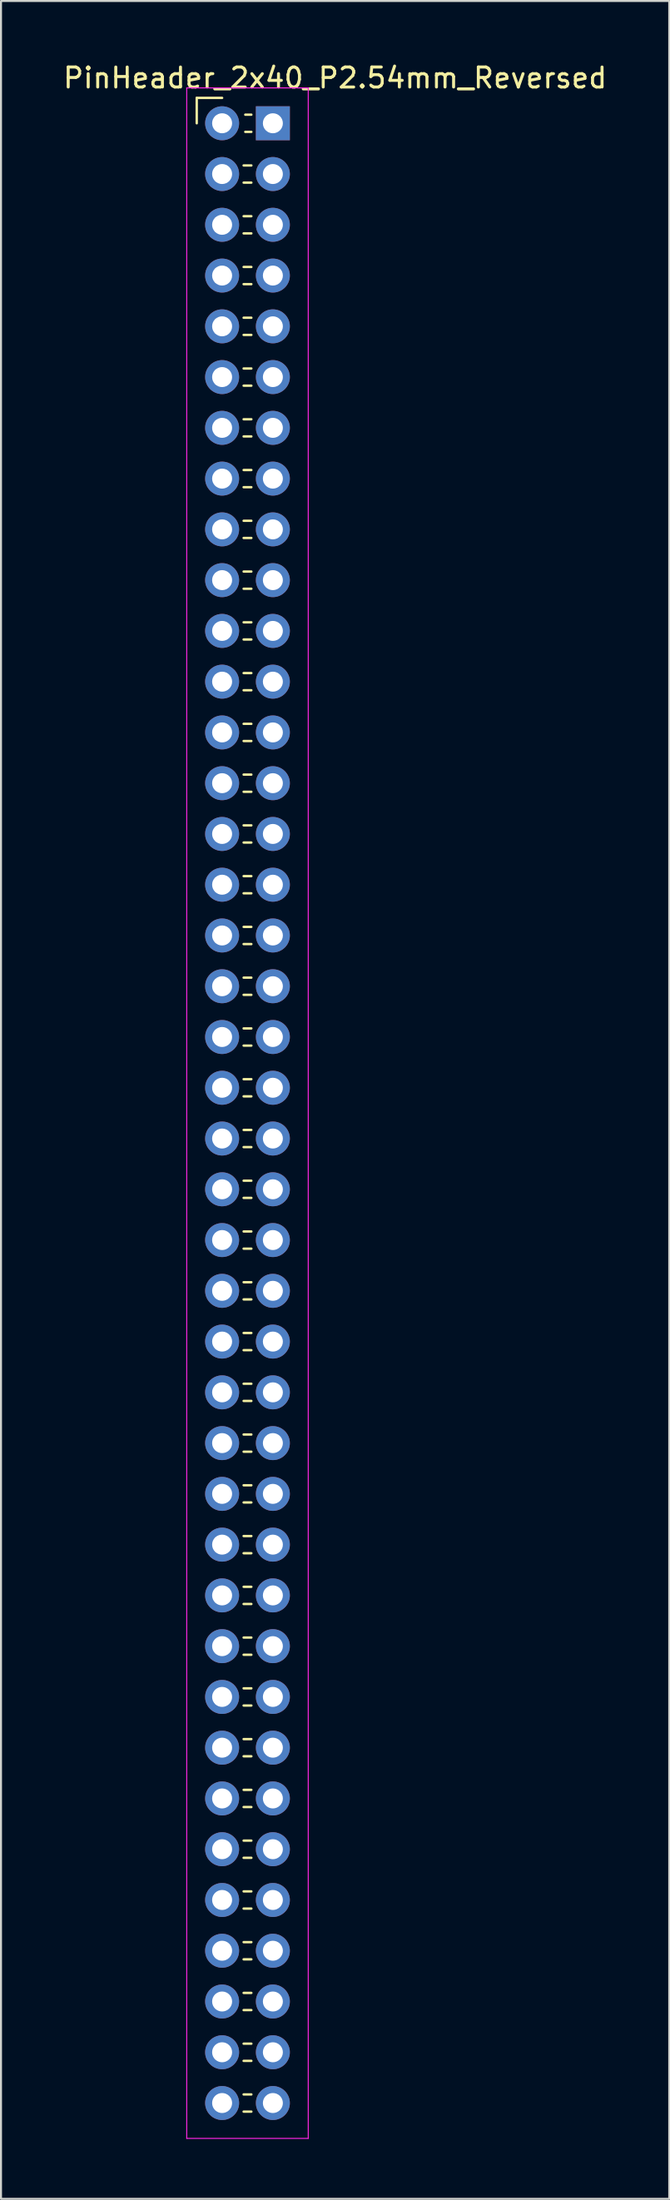
<source format=kicad_pcb>
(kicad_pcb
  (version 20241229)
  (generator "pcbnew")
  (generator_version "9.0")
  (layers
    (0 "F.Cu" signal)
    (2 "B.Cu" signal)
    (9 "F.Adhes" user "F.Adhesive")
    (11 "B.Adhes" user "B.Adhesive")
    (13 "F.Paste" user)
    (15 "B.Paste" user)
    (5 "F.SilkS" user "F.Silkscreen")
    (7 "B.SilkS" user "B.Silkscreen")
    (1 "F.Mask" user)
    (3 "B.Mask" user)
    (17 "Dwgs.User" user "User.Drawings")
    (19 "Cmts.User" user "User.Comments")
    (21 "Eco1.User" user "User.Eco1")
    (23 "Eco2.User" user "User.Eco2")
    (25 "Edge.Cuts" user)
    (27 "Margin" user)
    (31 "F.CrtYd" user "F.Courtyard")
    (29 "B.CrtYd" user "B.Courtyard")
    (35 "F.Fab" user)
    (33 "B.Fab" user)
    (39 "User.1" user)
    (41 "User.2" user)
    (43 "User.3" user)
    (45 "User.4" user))
  (footprint "PinHeader_2x40_P2.54mm_Reversed"
    (layer "F.Cu")
    (at 8.065 3.118)
    (property "Reference" "PinHeader_2x40_P2.54mm_Reversed" (at 5.655 -2.27 0) (layer "F.SilkS") (effects (font (size 1 1) (thickness 0.15))))
    (attr through_hole)
    (fp_line (start -1.27 -1.27) (end 0 -1.27) (stroke (width 0.12) (type solid)) (layer "F.SilkS"))
    (fp_line (start -1.27 0) (end -1.27 -1.27) (stroke (width 0.12) (type solid)) (layer "F.SilkS"))
    (fp_line (start 1.077 2.11) (end 1.463 2.11) (stroke (width 0.12) (type solid)) (layer "F.SilkS"))
    (fp_line (start 1.077 2.97) (end 1.463 2.97) (stroke (width 0.12) (type solid)) (layer "F.SilkS"))
    (fp_line (start 1.077 4.65) (end 1.463 4.65) (stroke (width 0.12) (type solid)) (layer "F.SilkS"))
    (fp_line (start 1.077 5.51) (end 1.463 5.51) (stroke (width 0.12) (type solid)) (layer "F.SilkS"))
    (fp_line (start 1.077 7.19) (end 1.463 7.19) (stroke (width 0.12) (type solid)) (layer "F.SilkS"))
    (fp_line (start 1.077 8.05) (end 1.463 8.05) (stroke (width 0.12) (type solid)) (layer "F.SilkS"))
    (fp_line (start 1.077 9.73) (end 1.463 9.73) (stroke (width 0.12) (type solid)) (layer "F.SilkS"))
    (fp_line (start 1.077 10.59) (end 1.463 10.59) (stroke (width 0.12) (type solid)) (layer "F.SilkS"))
    (fp_line (start 1.077 12.27) (end 1.463 12.27) (stroke (width 0.12) (type solid)) (layer "F.SilkS"))
    (fp_line (start 1.077 13.13) (end 1.463 13.13) (stroke (width 0.12) (type solid)) (layer "F.SilkS"))
    (fp_line (start 1.077 14.81) (end 1.463 14.81) (stroke (width 0.12) (type solid)) (layer "F.SilkS"))
    (fp_line (start 1.077 15.67) (end 1.463 15.67) (stroke (width 0.12) (type solid)) (layer "F.SilkS"))
    (fp_line (start 1.077 17.35) (end 1.463 17.35) (stroke (width 0.12) (type solid)) (layer "F.SilkS"))
    (fp_line (start 1.077 18.21) (end 1.463 18.21) (stroke (width 0.12) (type solid)) (layer "F.SilkS"))
    (fp_line (start 1.077 19.89) (end 1.463 19.89) (stroke (width 0.12) (type solid)) (layer "F.SilkS"))
    (fp_line (start 1.077 20.75) (end 1.463 20.75) (stroke (width 0.12) (type solid)) (layer "F.SilkS"))
    (fp_line (start 1.077 22.43) (end 1.463 22.43) (stroke (width 0.12) (type solid)) (layer "F.SilkS"))
    (fp_line (start 1.077 23.29) (end 1.463 23.29) (stroke (width 0.12) (type solid)) (layer "F.SilkS"))
    (fp_line (start 1.077 24.97) (end 1.463 24.97) (stroke (width 0.12) (type solid)) (layer "F.SilkS"))
    (fp_line (start 1.077 25.83) (end 1.463 25.83) (stroke (width 0.12) (type solid)) (layer "F.SilkS"))
    (fp_line (start 1.077 27.51) (end 1.463 27.51) (stroke (width 0.12) (type solid)) (layer "F.SilkS"))
    (fp_line (start 1.077 28.37) (end 1.463 28.37) (stroke (width 0.12) (type solid)) (layer "F.SilkS"))
    (fp_line (start 1.077 30.05) (end 1.463 30.05) (stroke (width 0.12) (type solid)) (layer "F.SilkS"))
    (fp_line (start 1.077 30.91) (end 1.463 30.91) (stroke (width 0.12) (type solid)) (layer "F.SilkS"))
    (fp_line (start 1.077 32.59) (end 1.463 32.59) (stroke (width 0.12) (type solid)) (layer "F.SilkS"))
    (fp_line (start 1.077 33.45) (end 1.463 33.45) (stroke (width 0.12) (type solid)) (layer "F.SilkS"))
    (fp_line (start 1.077 35.13) (end 1.463 35.13) (stroke (width 0.12) (type solid)) (layer "F.SilkS"))
    (fp_line (start 1.077 35.99) (end 1.463 35.99) (stroke (width 0.12) (type solid)) (layer "F.SilkS"))
    (fp_line (start 1.077 37.67) (end 1.463 37.67) (stroke (width 0.12) (type solid)) (layer "F.SilkS"))
    (fp_line (start 1.077 38.53) (end 1.463 38.53) (stroke (width 0.12) (type solid)) (layer "F.SilkS"))
    (fp_line (start 1.077 40.21) (end 1.463 40.21) (stroke (width 0.12) (type solid)) (layer "F.SilkS"))
    (fp_line (start 1.077 41.07) (end 1.463 41.07) (stroke (width 0.12) (type solid)) (layer "F.SilkS"))
    (fp_line (start 1.077 42.75) (end 1.463 42.75) (stroke (width 0.12) (type solid)) (layer "F.SilkS"))
    (fp_line (start 1.077 43.61) (end 1.463 43.61) (stroke (width 0.12) (type solid)) (layer "F.SilkS"))
    (fp_line (start 1.077 45.29) (end 1.463 45.29) (stroke (width 0.12) (type solid)) (layer "F.SilkS"))
    (fp_line (start 1.077 46.15) (end 1.463 46.15) (stroke (width 0.12) (type solid)) (layer "F.SilkS"))
    (fp_line (start 1.077 47.83) (end 1.463 47.83) (stroke (width 0.12) (type solid)) (layer "F.SilkS"))
    (fp_line (start 1.077 48.69) (end 1.463 48.69) (stroke (width 0.12) (type solid)) (layer "F.SilkS"))
    (fp_line (start 1.077 50.37) (end 1.463 50.37) (stroke (width 0.12) (type solid)) (layer "F.SilkS"))
    (fp_line (start 1.077 51.23) (end 1.463 51.23) (stroke (width 0.12) (type solid)) (layer "F.SilkS"))
    (fp_line (start 1.077 52.91) (end 1.463 52.91) (stroke (width 0.12) (type solid)) (layer "F.SilkS"))
    (fp_line (start 1.077 53.77) (end 1.463 53.77) (stroke (width 0.12) (type solid)) (layer "F.SilkS"))
    (fp_line (start 1.077 55.45) (end 1.463 55.45) (stroke (width 0.12) (type solid)) (layer "F.SilkS"))
    (fp_line (start 1.077 56.31) (end 1.463 56.31) (stroke (width 0.12) (type solid)) (layer "F.SilkS"))
    (fp_line (start 1.077 57.99) (end 1.463 57.99) (stroke (width 0.12) (type solid)) (layer "F.SilkS"))
    (fp_line (start 1.077 58.85) (end 1.463 58.85) (stroke (width 0.12) (type solid)) (layer "F.SilkS"))
    (fp_line (start 1.077 60.53) (end 1.463 60.53) (stroke (width 0.12) (type solid)) (layer "F.SilkS"))
    (fp_line (start 1.077 61.39) (end 1.463 61.39) (stroke (width 0.12) (type solid)) (layer "F.SilkS"))
    (fp_line (start 1.077 63.07) (end 1.463 63.07) (stroke (width 0.12) (type solid)) (layer "F.SilkS"))
    (fp_line (start 1.077 63.93) (end 1.463 63.93) (stroke (width 0.12) (type solid)) (layer "F.SilkS"))
    (fp_line (start 1.077 65.61) (end 1.463 65.61) (stroke (width 0.12) (type solid)) (layer "F.SilkS"))
    (fp_line (start 1.077 66.47) (end 1.463 66.47) (stroke (width 0.12) (type solid)) (layer "F.SilkS"))
    (fp_line (start 1.077 68.15) (end 1.463 68.15) (stroke (width 0.12) (type solid)) (layer "F.SilkS"))
    (fp_line (start 1.077 69.01) (end 1.463 69.01) (stroke (width 0.12) (type solid)) (layer "F.SilkS"))
    (fp_line (start 1.077 70.69) (end 1.463 70.69) (stroke (width 0.12) (type solid)) (layer "F.SilkS"))
    (fp_line (start 1.077 71.55) (end 1.463 71.55) (stroke (width 0.12) (type solid)) (layer "F.SilkS"))
    (fp_line (start 1.077 73.23) (end 1.463 73.23) (stroke (width 0.12) (type solid)) (layer "F.SilkS"))
    (fp_line (start 1.077 74.09) (end 1.463 74.09) (stroke (width 0.12) (type solid)) (layer "F.SilkS"))
    (fp_line (start 1.077 75.77) (end 1.463 75.77) (stroke (width 0.12) (type solid)) (layer "F.SilkS"))
    (fp_line (start 1.077 76.63) (end 1.463 76.63) (stroke (width 0.12) (type solid)) (layer "F.SilkS"))
    (fp_line (start 1.077 78.31) (end 1.463 78.31) (stroke (width 0.12) (type solid)) (layer "F.SilkS"))
    (fp_line (start 1.077 79.17) (end 1.463 79.17) (stroke (width 0.12) (type solid)) (layer "F.SilkS"))
    (fp_line (start 1.077 80.85) (end 1.463 80.85) (stroke (width 0.12) (type solid)) (layer "F.SilkS"))
    (fp_line (start 1.077 81.71) (end 1.463 81.71) (stroke (width 0.12) (type solid)) (layer "F.SilkS"))
    (fp_line (start 1.077 83.39) (end 1.463 83.39) (stroke (width 0.12) (type solid)) (layer "F.SilkS"))
    (fp_line (start 1.077 84.25) (end 1.463 84.25) (stroke (width 0.12) (type solid)) (layer "F.SilkS"))
    (fp_line (start 1.077 85.93) (end 1.463 85.93) (stroke (width 0.12) (type solid)) (layer "F.SilkS"))
    (fp_line (start 1.077 86.79) (end 1.463 86.79) (stroke (width 0.12) (type solid)) (layer "F.SilkS"))
    (fp_line (start 1.077 88.47) (end 1.463 88.47) (stroke (width 0.12) (type solid)) (layer "F.SilkS"))
    (fp_line (start 1.077 89.33) (end 1.463 89.33) (stroke (width 0.12) (type solid)) (layer "F.SilkS"))
    (fp_line (start 1.077 91.01) (end 1.463 91.01) (stroke (width 0.12) (type solid)) (layer "F.SilkS"))
    (fp_line (start 1.077 91.87) (end 1.463 91.87) (stroke (width 0.12) (type solid)) (layer "F.SilkS"))
    (fp_line (start 1.077 93.55) (end 1.463 93.55) (stroke (width 0.12) (type solid)) (layer "F.SilkS"))
    (fp_line (start 1.077 94.41) (end 1.463 94.41) (stroke (width 0.12) (type solid)) (layer "F.SilkS"))
    (fp_line (start 1.077 96.09) (end 1.463 96.09) (stroke (width 0.12) (type solid)) (layer "F.SilkS"))
    (fp_line (start 1.077 96.95) (end 1.463 96.95) (stroke (width 0.12) (type solid)) (layer "F.SilkS"))
    (fp_line (start 1.077 98.63) (end 1.463 98.63) (stroke (width 0.12) (type solid)) (layer "F.SilkS"))
    (fp_line (start 1.077 99.49) (end 1.463 99.49) (stroke (width 0.12) (type solid)) (layer "F.SilkS"))
    (fp_line (start 1.16 -0.43) (end 1.463 -0.43) (stroke (width 0.12) (type solid)) (layer "F.SilkS"))
    (fp_line (start 1.16 0.43) (end 1.463 0.43) (stroke (width 0.12) (type solid)) (layer "F.SilkS"))
    (fp_line (start -1.77 -1.77) (end -1.77 100.83) (stroke (width 0.05) (type solid)) (layer "F.CrtYd"))
    (fp_line (start -1.77 100.83) (end 4.31 100.83) (stroke (width 0.05) (type solid)) (layer "F.CrtYd"))
    (fp_line (start 4.31 -1.77) (end -1.77 -1.77) (stroke (width 0.05) (type solid)) (layer "F.CrtYd"))
    (fp_line (start 4.31 100.83) (end 4.31 -1.77) (stroke (width 0.05) (type solid)) (layer "F.CrtYd"))
    (fp_line (start -0.32 -0.32) (end -0.32 0.32) (stroke (width 0.1) (type solid)) (layer "F.Fab"))
    (fp_line (start -0.32 2.22) (end -0.32 2.86) (stroke (width 0.1) (type solid)) (layer "F.Fab"))
    (fp_line (start -0.32 4.76) (end -0.32 5.4) (stroke (width 0.1) (type solid)) (layer "F.Fab"))
    (fp_line (start -0.32 7.3) (end -0.32 7.94) (stroke (width 0.1) (type solid)) (layer "F.Fab"))
    (fp_line (start -0.32 9.84) (end -0.32 10.48) (stroke (width 0.1) (type solid)) (layer "F.Fab"))
    (fp_line (start -0.32 12.38) (end -0.32 13.02) (stroke (width 0.1) (type solid)) (layer "F.Fab"))
    (fp_line (start -0.32 14.92) (end -0.32 15.56) (stroke (width 0.1) (type solid)) (layer "F.Fab"))
    (fp_line (start -0.32 20) (end -0.32 20.64) (stroke (width 0.1) (type solid)) (layer "F.Fab"))
    (fp_line (start -0.32 22.54) (end -0.32 23.18) (stroke (width 0.1) (type solid)) (layer "F.Fab"))
    (fp_line (start -0.32 25.08) (end -0.32 25.72) (stroke (width 0.1) (type solid)) (layer "F.Fab"))
    (fp_line (start -0.32 27.62) (end -0.32 28.26) (stroke (width 0.1) (type solid)) (layer "F.Fab"))
    (fp_line (start -0.32 30.16) (end -0.32 30.8) (stroke (width 0.1) (type solid)) (layer "F.Fab"))
    (fp_line (start -0.32 32.7) (end -0.32 33.34) (stroke (width 0.1) (type solid)) (layer "F.Fab"))
    (fp_line (start -0.32 35.24) (end -0.32 35.88) (stroke (width 0.1) (type solid)) (layer "F.Fab"))
    (fp_line (start -0.32 37.78) (end -0.32 38.42) (stroke (width 0.1) (type solid)) (layer "F.Fab"))
    (fp_line (start -0.32 40.32) (end -0.32 40.96) (stroke (width 0.1) (type solid)) (layer "F.Fab"))
    (fp_line (start -0.32 42.86) (end -0.32 43.5) (stroke (width 0.1) (type solid)) (layer "F.Fab"))
    (fp_line (start -0.32 45.4) (end -0.32 46.04) (stroke (width 0.1) (type solid)) (layer "F.Fab"))
    (fp_line (start -0.32 47.94) (end -0.32 48.58) (stroke (width 0.1) (type solid)) (layer "F.Fab"))
    (fp_line (start -0.32 50.48) (end -0.32 51.12) (stroke (width 0.1) (type solid)) (layer "F.Fab"))
    (fp_line (start -0.32 53.02) (end -0.32 53.66) (stroke (width 0.1) (type solid)) (layer "F.Fab"))
    (fp_line (start -0.32 55.56) (end -0.32 56.2) (stroke (width 0.1) (type solid)) (layer "F.Fab"))
    (fp_line (start -0.32 58.1) (end -0.32 58.74) (stroke (width 0.1) (type solid)) (layer "F.Fab"))
    (fp_line (start -0.32 60.64) (end -0.32 61.28) (stroke (width 0.1) (type solid)) (layer "F.Fab"))
    (fp_line (start -0.32 63.18) (end -0.32 63.82) (stroke (width 0.1) (type solid)) (layer "F.Fab"))
    (fp_line (start -0.32 65.72) (end -0.32 66.36) (stroke (width 0.1) (type solid)) (layer "F.Fab"))
    (fp_line (start -0.32 68.26) (end -0.32 68.9) (stroke (width 0.1) (type solid)) (layer "F.Fab"))
    (fp_line (start -0.32 70.8) (end -0.32 71.44) (stroke (width 0.1) (type solid)) (layer "F.Fab"))
    (fp_line (start -0.32 73.34) (end -0.32 73.98) (stroke (width 0.1) (type solid)) (layer "F.Fab"))
    (fp_line (start -0.32 75.88) (end -0.32 76.52) (stroke (width 0.1) (type solid)) (layer "F.Fab"))
    (fp_line (start -0.32 78.42) (end -0.32 79.06) (stroke (width 0.1) (type solid)) (layer "F.Fab"))
    (fp_line (start -0.32 80.96) (end -0.32 81.6) (stroke (width 0.1) (type solid)) (layer "F.Fab"))
    (fp_line (start -0.32 83.5) (end -0.32 84.14) (stroke (width 0.1) (type solid)) (layer "F.Fab"))
    (fp_line (start -0.32 86.04) (end -0.32 86.68) (stroke (width 0.1) (type solid)) (layer "F.Fab"))
    (fp_line (start -0.32 88.58) (end -0.32 89.22) (stroke (width 0.1) (type solid)) (layer "F.Fab"))
    (fp_line (start -0.32 91.12) (end -0.32 91.76) (stroke (width 0.1) (type solid)) (layer "F.Fab"))
    (fp_line (start -0.32 93.66) (end -0.32 94.3) (stroke (width 0.1) (type solid)) (layer "F.Fab"))
    (fp_line (start -0.32 96.2) (end -0.32 96.84) (stroke (width 0.1) (type solid)) (layer "F.Fab"))
    (fp_line (start -0.32 98.74) (end -0.32 99.38) (stroke (width 0.1) (type solid)) (layer "F.Fab"))
    (fp_line (start 2.86 18.1) (end 2.86 17.46) (stroke (width 0.1) (type solid)) (layer "F.Fab"))
    (pad "1" thru_hole rect (at 2.54 0 180) (size 1.7 1.7) (drill 1) (layers "*.Cu" "*.Mask"))
    (pad "2" thru_hole circle (at 0 0 180) (size 1.7 1.7) (drill 1) (layers "*.Cu" "*.Mask"))
    (pad "3" thru_hole circle (at 2.54 2.54 180) (size 1.7 1.7) (drill 1) (layers "*.Cu" "*.Mask"))
    (pad "4" thru_hole circle (at 0 2.54 180) (size 1.7 1.7) (drill 1) (layers "*.Cu" "*.Mask"))
    (pad "5" thru_hole circle (at 2.54 5.08 180) (size 1.7 1.7) (drill 1) (layers "*.Cu" "*.Mask"))
    (pad "6" thru_hole circle (at 0 5.08 180) (size 1.7 1.7) (drill 1) (layers "*.Cu" "*.Mask"))
    (pad "7" thru_hole circle (at 2.54 7.62 180) (size 1.7 1.7) (drill 1) (layers "*.Cu" "*.Mask"))
    (pad "8" thru_hole circle (at 0 7.62 180) (size 1.7 1.7) (drill 1) (layers "*.Cu" "*.Mask"))
    (pad "9" thru_hole circle (at 2.54 10.16 180) (size 1.7 1.7) (drill 1) (layers "*.Cu" "*.Mask"))
    (pad "10" thru_hole circle (at 0 10.16 180) (size 1.7 1.7) (drill 1) (layers "*.Cu" "*.Mask"))
    (pad "11" thru_hole circle (at 2.54 12.7 180) (size 1.7 1.7) (drill 1) (layers "*.Cu" "*.Mask"))
    (pad "12" thru_hole circle (at 0 12.7 180) (size 1.7 1.7) (drill 1) (layers "*.Cu" "*.Mask"))
    (pad "13" thru_hole circle (at 2.54 15.24 180) (size 1.7 1.7) (drill 1) (layers "*.Cu" "*.Mask"))
    (pad "14" thru_hole circle (at 0 15.24 180) (size 1.7 1.7) (drill 1) (layers "*.Cu" "*.Mask"))
    (pad "15" thru_hole circle (at 2.54 17.78 180) (size 1.7 1.7) (drill 1) (layers "*.Cu" "*.Mask"))
    (pad "16" thru_hole circle (at 0 17.78 180) (size 1.7 1.7) (drill 1) (layers "*.Cu" "*.Mask"))
    (pad "17" thru_hole circle (at 2.54 20.32 180) (size 1.7 1.7) (drill 1) (layers "*.Cu" "*.Mask"))
    (pad "18" thru_hole circle (at 0 20.32 180) (size 1.7 1.7) (drill 1) (layers "*.Cu" "*.Mask"))
    (pad "19" thru_hole circle (at 2.54 22.86 180) (size 1.7 1.7) (drill 1) (layers "*.Cu" "*.Mask"))
    (pad "20" thru_hole circle (at 0 22.86 180) (size 1.7 1.7) (drill 1) (layers "*.Cu" "*.Mask"))
    (pad "21" thru_hole circle (at 2.54 25.4 180) (size 1.7 1.7) (drill 1) (layers "*.Cu" "*.Mask"))
    (pad "22" thru_hole circle (at 0 25.4 180) (size 1.7 1.7) (drill 1) (layers "*.Cu" "*.Mask"))
    (pad "23" thru_hole circle (at 2.54 27.94 180) (size 1.7 1.7) (drill 1) (layers "*.Cu" "*.Mask"))
    (pad "24" thru_hole circle (at 0 27.94 180) (size 1.7 1.7) (drill 1) (layers "*.Cu" "*.Mask"))
    (pad "25" thru_hole circle (at 2.54 30.48 180) (size 1.7 1.7) (drill 1) (layers "*.Cu" "*.Mask"))
    (pad "26" thru_hole circle (at 0 30.48 180) (size 1.7 1.7) (drill 1) (layers "*.Cu" "*.Mask"))
    (pad "27" thru_hole circle (at 2.54 33.02 180) (size 1.7 1.7) (drill 1) (layers "*.Cu" "*.Mask"))
    (pad "28" thru_hole circle (at 0 33.02 180) (size 1.7 1.7) (drill 1) (layers "*.Cu" "*.Mask"))
    (pad "29" thru_hole circle (at 2.54 35.56 180) (size 1.7 1.7) (drill 1) (layers "*.Cu" "*.Mask"))
    (pad "30" thru_hole circle (at 0 35.56 180) (size 1.7 1.7) (drill 1) (layers "*.Cu" "*.Mask"))
    (pad "31" thru_hole circle (at 2.54 38.1 180) (size 1.7 1.7) (drill 1) (layers "*.Cu" "*.Mask"))
    (pad "32" thru_hole circle (at 0 38.1 180) (size 1.7 1.7) (drill 1) (layers "*.Cu" "*.Mask"))
    (pad "33" thru_hole circle (at 2.54 40.64 180) (size 1.7 1.7) (drill 1) (layers "*.Cu" "*.Mask"))
    (pad "34" thru_hole circle (at 0 40.64 180) (size 1.7 1.7) (drill 1) (layers "*.Cu" "*.Mask"))
    (pad "35" thru_hole circle (at 2.54 43.18 180) (size 1.7 1.7) (drill 1) (layers "*.Cu" "*.Mask"))
    (pad "36" thru_hole circle (at 0 43.18 180) (size 1.7 1.7) (drill 1) (layers "*.Cu" "*.Mask"))
    (pad "37" thru_hole circle (at 2.54 45.72 180) (size 1.7 1.7) (drill 1) (layers "*.Cu" "*.Mask"))
    (pad "38" thru_hole circle (at 0 45.72 180) (size 1.7 1.7) (drill 1) (layers "*.Cu" "*.Mask"))
    (pad "39" thru_hole circle (at 2.54 48.26 180) (size 1.7 1.7) (drill 1) (layers "*.Cu" "*.Mask"))
    (pad "40" thru_hole circle (at 0 48.26 180) (size 1.7 1.7) (drill 1) (layers "*.Cu" "*.Mask"))
    (pad "41" thru_hole circle (at 2.54 50.8 180) (size 1.7 1.7) (drill 1) (layers "*.Cu" "*.Mask"))
    (pad "42" thru_hole circle (at 0 50.8 180) (size 1.7 1.7) (drill 1) (layers "*.Cu" "*.Mask"))
    (pad "43" thru_hole circle (at 2.54 53.34 180) (size 1.7 1.7) (drill 1) (layers "*.Cu" "*.Mask"))
    (pad "44" thru_hole circle (at 0 53.34 180) (size 1.7 1.7) (drill 1) (layers "*.Cu" "*.Mask"))
    (pad "45" thru_hole circle (at 2.54 55.88 180) (size 1.7 1.7) (drill 1) (layers "*.Cu" "*.Mask"))
    (pad "46" thru_hole circle (at 0 55.88 180) (size 1.7 1.7) (drill 1) (layers "*.Cu" "*.Mask"))
    (pad "47" thru_hole circle (at 2.54 58.42 180) (size 1.7 1.7) (drill 1) (layers "*.Cu" "*.Mask"))
    (pad "48" thru_hole circle (at 0 58.42 180) (size 1.7 1.7) (drill 1) (layers "*.Cu" "*.Mask"))
    (pad "49" thru_hole circle (at 2.54 60.96 180) (size 1.7 1.7) (drill 1) (layers "*.Cu" "*.Mask"))
    (pad "50" thru_hole circle (at 0 60.96 180) (size 1.7 1.7) (drill 1) (layers "*.Cu" "*.Mask"))
    (pad "51" thru_hole circle (at 2.54 63.5 180) (size 1.7 1.7) (drill 1) (layers "*.Cu" "*.Mask"))
    (pad "52" thru_hole circle (at 0 63.5 180) (size 1.7 1.7) (drill 1) (layers "*.Cu" "*.Mask"))
    (pad "53" thru_hole circle (at 2.54 66.04 180) (size 1.7 1.7) (drill 1) (layers "*.Cu" "*.Mask"))
    (pad "54" thru_hole circle (at 0 66.04 180) (size 1.7 1.7) (drill 1) (layers "*.Cu" "*.Mask"))
    (pad "55" thru_hole circle (at 2.54 68.58 180) (size 1.7 1.7) (drill 1) (layers "*.Cu" "*.Mask"))
    (pad "56" thru_hole circle (at 0 68.58 180) (size 1.7 1.7) (drill 1) (layers "*.Cu" "*.Mask"))
    (pad "57" thru_hole circle (at 2.54 71.12 180) (size 1.7 1.7) (drill 1) (layers "*.Cu" "*.Mask"))
    (pad "58" thru_hole circle (at 0 71.12 180) (size 1.7 1.7) (drill 1) (layers "*.Cu" "*.Mask"))
    (pad "59" thru_hole circle (at 2.54 73.66 180) (size 1.7 1.7) (drill 1) (layers "*.Cu" "*.Mask"))
    (pad "60" thru_hole circle (at 0 73.66 180) (size 1.7 1.7) (drill 1) (layers "*.Cu" "*.Mask"))
    (pad "61" thru_hole circle (at 2.54 76.2 180) (size 1.7 1.7) (drill 1) (layers "*.Cu" "*.Mask"))
    (pad "62" thru_hole circle (at 0 76.2 180) (size 1.7 1.7) (drill 1) (layers "*.Cu" "*.Mask"))
    (pad "63" thru_hole circle (at 2.54 78.74 180) (size 1.7 1.7) (drill 1) (layers "*.Cu" "*.Mask"))
    (pad "64" thru_hole circle (at 0 78.74 180) (size 1.7 1.7) (drill 1) (layers "*.Cu" "*.Mask"))
    (pad "65" thru_hole circle (at 2.54 81.28 180) (size 1.7 1.7) (drill 1) (layers "*.Cu" "*.Mask"))
    (pad "66" thru_hole circle (at 0 81.28 180) (size 1.7 1.7) (drill 1) (layers "*.Cu" "*.Mask"))
    (pad "67" thru_hole circle (at 2.54 83.82 180) (size 1.7 1.7) (drill 1) (layers "*.Cu" "*.Mask"))
    (pad "68" thru_hole circle (at 0 83.82 180) (size 1.7 1.7) (drill 1) (layers "*.Cu" "*.Mask"))
    (pad "69" thru_hole circle (at 2.54 86.36 180) (size 1.7 1.7) (drill 1) (layers "*.Cu" "*.Mask"))
    (pad "70" thru_hole circle (at 0 86.36 180) (size 1.7 1.7) (drill 1) (layers "*.Cu" "*.Mask"))
    (pad "71" thru_hole circle (at 2.54 88.9 180) (size 1.7 1.7) (drill 1) (layers "*.Cu" "*.Mask"))
    (pad "72" thru_hole circle (at 0 88.9 180) (size 1.7 1.7) (drill 1) (layers "*.Cu" "*.Mask"))
    (pad "73" thru_hole circle (at 2.54 91.44 180) (size 1.7 1.7) (drill 1) (layers "*.Cu" "*.Mask"))
    (pad "74" thru_hole circle (at 0 91.44 180) (size 1.7 1.7) (drill 1) (layers "*.Cu" "*.Mask"))
    (pad "75" thru_hole circle (at 2.54 93.98 180) (size 1.7 1.7) (drill 1) (layers "*.Cu" "*.Mask"))
    (pad "76" thru_hole circle (at 0 93.98 180) (size 1.7 1.7) (drill 1) (layers "*.Cu" "*.Mask"))
    (pad "77" thru_hole circle (at 2.54 96.52 180) (size 1.7 1.7) (drill 1) (layers "*.Cu" "*.Mask"))
    (pad "78" thru_hole circle (at 0 96.52 180) (size 1.7 1.7) (drill 1) (layers "*.Cu" "*.Mask"))
    (pad "79" thru_hole circle (at 2.54 99.06 180) (size 1.7 1.7) (drill 1) (layers "*.Cu" "*.Mask"))
    (pad "80" thru_hole circle (at 0 99.06 180) (size 1.7 1.7) (drill 1) (layers "*.Cu" "*.Mask")))
  (gr_rect
    (start -3 -3)
    (end 30.44 106.973)
    (stroke (width 0.1) (type default))
    (fill no)
    (layer "Edge.Cuts")))
</source>
